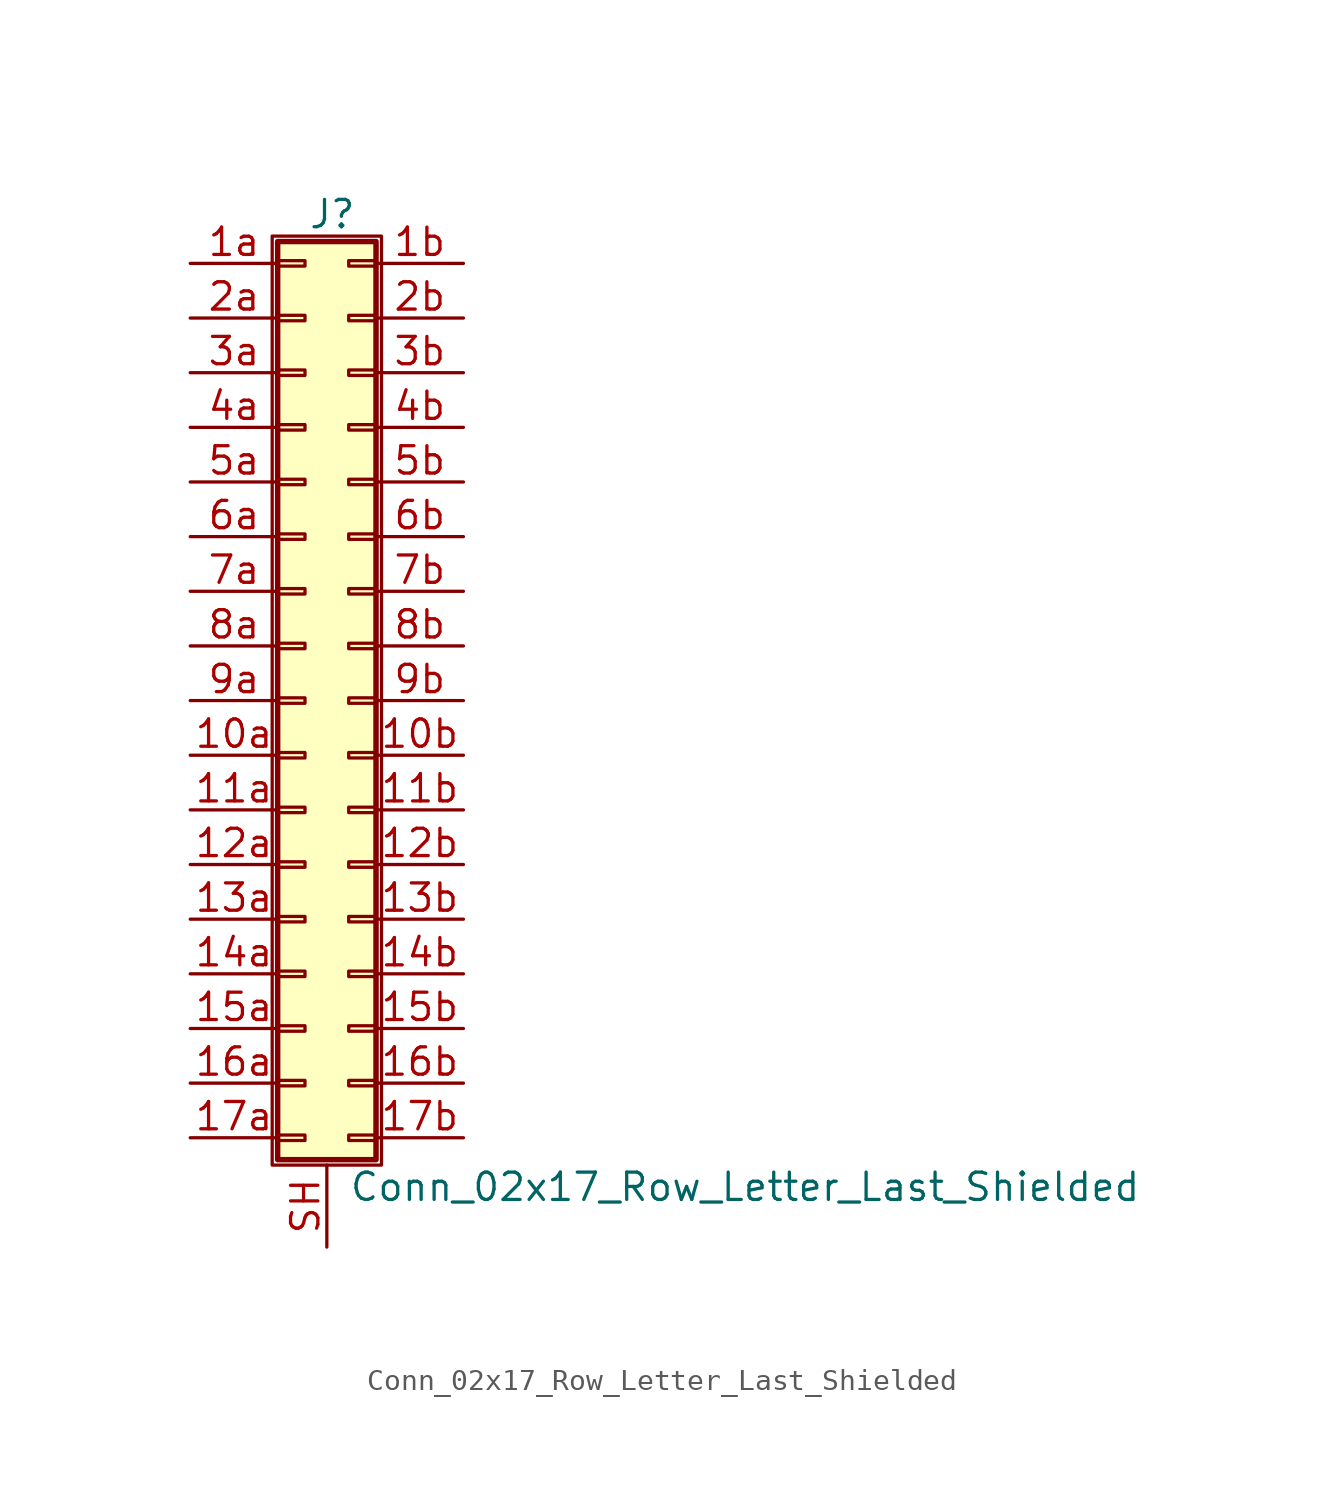
<source format=kicad_sym>
(kicad_symbol_lib
  (version 20201005)
  (generator kicad_symbol_editor)
  (symbol "Connector_Generic_Shielded:Conn_02x17_Row_Letter_Last_Shielded"
    (pin_names
      (offset 1.016) hide)
    (property "Reference" "J"
      (at 1.524 22.606 0)
      (effects (font (size 1.27 1.27))))
    (property "Value" "Conn_02x17_Row_Letter_Last_Shielded"
      (at 2.286 -22.606 0)
      (effects (font (size 1.27 1.27)) (justify left)))
    (symbol "Conn_02x17_Row_Letter_Last_Shielded_1_1"
      (rectangle (start -1.016 -4.953) (end 0.254 -5.207) (stroke (width 0.152)) (fill (type none)))
      (rectangle (start -1.016 -7.493) (end 0.254 -7.747) (stroke (width 0.152)) (fill (type none)))
      (rectangle (start -1.016 -10.033) (end 0.254 -10.287) (stroke (width 0.152)) (fill (type none)))
      (rectangle (start -1.016 -12.573) (end 0.254 -12.827) (stroke (width 0.152)) (fill (type none)))
      (rectangle (start -1.016 -15.113) (end 0.254 -15.367) (stroke (width 0.152)) (fill (type none)))
      (rectangle (start -1.016 -17.653) (end 0.254 -17.907) (stroke (width 0.152)) (fill (type none)))
      (rectangle (start -1.016 -20.193) (end 0.254 -20.447) (stroke (width 0.152)) (fill (type none)))
      (rectangle (start -1.016 -2.413) (end 0.254 -2.667) (stroke (width 0.152)) (fill (type none)))
      (rectangle (start -1.016 2.667) (end 0.254 2.413) (stroke (width 0.152)) (fill (type none)))
      (rectangle (start -1.016 5.207) (end 0.254 4.953) (stroke (width 0.152)) (fill (type none)))
      (rectangle (start -1.016 7.747) (end 0.254 7.493) (stroke (width 0.152)) (fill (type none)))
      (rectangle (start -1.016 10.287) (end 0.254 10.033) (stroke (width 0.152)) (fill (type none)))
      (rectangle (start -1.016 0.127) (end 0.254 -0.127) (stroke (width 0.152)) (fill (type none)))
      (rectangle (start -1.016 12.827) (end 0.254 12.573) (stroke (width 0.152)) (fill (type none)))
      (rectangle (start -1.016 15.367) (end 0.254 15.113) (stroke (width 0.152)) (fill (type none)))
      (rectangle (start -1.016 17.907) (end 0.254 17.653) (stroke (width 0.152)) (fill (type none)))
      (rectangle (start -1.016 20.447) (end 0.254 20.193) (stroke (width 0.152)) (fill (type none)))
      (rectangle (start -1.016 21.336) (end 3.556 -21.336) (stroke (width 0.254)) (fill (type background)))
      (rectangle (start -1.27 21.59) (end 3.81 -21.59) (stroke (width 0.152)) (fill (type none)))
      (rectangle (start 3.556 -4.953) (end 2.286 -5.207) (stroke (width 0.152)) (fill (type none)))
      (rectangle (start 3.556 -7.493) (end 2.286 -7.747) (stroke (width 0.152)) (fill (type none)))
      (rectangle (start 3.556 -10.033) (end 2.286 -10.287) (stroke (width 0.152)) (fill (type none)))
      (rectangle (start 3.556 -12.573) (end 2.286 -12.827) (stroke (width 0.152)) (fill (type none)))
      (rectangle (start 3.556 -15.113) (end 2.286 -15.367) (stroke (width 0.152)) (fill (type none)))
      (rectangle (start 3.556 -17.653) (end 2.286 -17.907) (stroke (width 0.152)) (fill (type none)))
      (rectangle (start 3.556 -20.193) (end 2.286 -20.447) (stroke (width 0.152)) (fill (type none)))
      (rectangle (start 3.556 -2.413) (end 2.286 -2.667) (stroke (width 0.152)) (fill (type none)))
      (rectangle (start 3.556 2.667) (end 2.286 2.413) (stroke (width 0.152)) (fill (type none)))
      (rectangle (start 3.556 5.207) (end 2.286 4.953) (stroke (width 0.152)) (fill (type none)))
      (rectangle (start 3.556 7.747) (end 2.286 7.493) (stroke (width 0.152)) (fill (type none)))
      (rectangle (start 3.556 10.287) (end 2.286 10.033) (stroke (width 0.152)) (fill (type none)))
      (rectangle (start 3.556 0.127) (end 2.286 -0.127) (stroke (width 0.152)) (fill (type none)))
      (rectangle (start 3.556 12.827) (end 2.286 12.573) (stroke (width 0.152)) (fill (type none)))
      (rectangle (start 3.556 15.367) (end 2.286 15.113) (stroke (width 0.152)) (fill (type none)))
      (rectangle (start 3.556 17.907) (end 2.286 17.653) (stroke (width 0.152)) (fill (type none)))
      (rectangle (start 3.556 20.447) (end 2.286 20.193) (stroke (width 0.152)) (fill (type none)))
      (pin passive line (at -5.08 -2.54 0) (length 4.064) (name "Pin_10a" (effects (font (size 1.27 1.27)))) (number "10a" (effects (font (size 1.27 1.27)))))
      (pin passive line (at 7.62 -2.54 180) (length 4.064) (name "Pin_10b" (effects (font (size 1.27 1.27)))) (number "10b" (effects (font (size 1.27 1.27)))))
      (pin passive line (at -5.08 -5.08 0) (length 4.064) (name "Pin_11a" (effects (font (size 1.27 1.27)))) (number "11a" (effects (font (size 1.27 1.27)))))
      (pin passive line (at 7.62 -5.08 180) (length 4.064) (name "Pin_11b" (effects (font (size 1.27 1.27)))) (number "11b" (effects (font (size 1.27 1.27)))))
      (pin passive line (at -5.08 -7.62 0) (length 4.064) (name "Pin_12a" (effects (font (size 1.27 1.27)))) (number "12a" (effects (font (size 1.27 1.27)))))
      (pin passive line (at 7.62 -7.62 180) (length 4.064) (name "Pin_12b" (effects (font (size 1.27 1.27)))) (number "12b" (effects (font (size 1.27 1.27)))))
      (pin passive line (at -5.08 -10.16 0) (length 4.064) (name "Pin_13a" (effects (font (size 1.27 1.27)))) (number "13a" (effects (font (size 1.27 1.27)))))
      (pin passive line (at 7.62 -10.16 180) (length 4.064) (name "Pin_13b" (effects (font (size 1.27 1.27)))) (number "13b" (effects (font (size 1.27 1.27)))))
      (pin passive line (at -5.08 -12.7 0) (length 4.064) (name "Pin_14a" (effects (font (size 1.27 1.27)))) (number "14a" (effects (font (size 1.27 1.27)))))
      (pin passive line (at 7.62 -12.7 180) (length 4.064) (name "Pin_14b" (effects (font (size 1.27 1.27)))) (number "14b" (effects (font (size 1.27 1.27)))))
      (pin passive line (at -5.08 -15.24 0) (length 4.064) (name "Pin_15a" (effects (font (size 1.27 1.27)))) (number "15a" (effects (font (size 1.27 1.27)))))
      (pin passive line (at 7.62 -15.24 180) (length 4.064) (name "Pin_15b" (effects (font (size 1.27 1.27)))) (number "15b" (effects (font (size 1.27 1.27)))))
      (pin passive line (at -5.08 -17.78 0) (length 4.064) (name "Pin_16a" (effects (font (size 1.27 1.27)))) (number "16a" (effects (font (size 1.27 1.27)))))
      (pin passive line (at 7.62 -17.78 180) (length 4.064) (name "Pin_16b" (effects (font (size 1.27 1.27)))) (number "16b" (effects (font (size 1.27 1.27)))))
      (pin passive line (at -5.08 -20.32 0) (length 4.064) (name "Pin_17a" (effects (font (size 1.27 1.27)))) (number "17a" (effects (font (size 1.27 1.27)))))
      (pin passive line (at 7.62 -20.32 180) (length 4.064) (name "Pin_17b" (effects (font (size 1.27 1.27)))) (number "17b" (effects (font (size 1.27 1.27)))))
      (pin passive line (at -5.08 20.32 0) (length 4.064) (name "Pin_1a" (effects (font (size 1.27 1.27)))) (number "1a" (effects (font (size 1.27 1.27)))))
      (pin passive line (at 7.62 20.32 180) (length 4.064) (name "Pin_1b" (effects (font (size 1.27 1.27)))) (number "1b" (effects (font (size 1.27 1.27)))))
      (pin passive line (at -5.08 17.78 0) (length 4.064) (name "Pin_2a" (effects (font (size 1.27 1.27)))) (number "2a" (effects (font (size 1.27 1.27)))))
      (pin passive line (at 7.62 17.78 180) (length 4.064) (name "Pin_2b" (effects (font (size 1.27 1.27)))) (number "2b" (effects (font (size 1.27 1.27)))))
      (pin passive line (at -5.08 15.24 0) (length 4.064) (name "Pin_3a" (effects (font (size 1.27 1.27)))) (number "3a" (effects (font (size 1.27 1.27)))))
      (pin passive line (at 7.62 15.24 180) (length 4.064) (name "Pin_3b" (effects (font (size 1.27 1.27)))) (number "3b" (effects (font (size 1.27 1.27)))))
      (pin passive line (at -5.08 12.7 0) (length 4.064) (name "Pin_4a" (effects (font (size 1.27 1.27)))) (number "4a" (effects (font (size 1.27 1.27)))))
      (pin passive line (at 7.62 12.7 180) (length 4.064) (name "Pin_4b" (effects (font (size 1.27 1.27)))) (number "4b" (effects (font (size 1.27 1.27)))))
      (pin passive line (at -5.08 10.16 0) (length 4.064) (name "Pin_5a" (effects (font (size 1.27 1.27)))) (number "5a" (effects (font (size 1.27 1.27)))))
      (pin passive line (at 7.62 10.16 180) (length 4.064) (name "Pin_5b" (effects (font (size 1.27 1.27)))) (number "5b" (effects (font (size 1.27 1.27)))))
      (pin passive line (at -5.08 7.62 0) (length 4.064) (name "Pin_6a" (effects (font (size 1.27 1.27)))) (number "6a" (effects (font (size 1.27 1.27)))))
      (pin passive line (at 7.62 7.62 180) (length 4.064) (name "Pin_6b" (effects (font (size 1.27 1.27)))) (number "6b" (effects (font (size 1.27 1.27)))))
      (pin passive line (at -5.08 5.08 0) (length 4.064) (name "Pin_7a" (effects (font (size 1.27 1.27)))) (number "7a" (effects (font (size 1.27 1.27)))))
      (pin passive line (at 7.62 5.08 180) (length 4.064) (name "Pin_7b" (effects (font (size 1.27 1.27)))) (number "7b" (effects (font (size 1.27 1.27)))))
      (pin passive line (at -5.08 2.54 0) (length 4.064) (name "Pin_8a" (effects (font (size 1.27 1.27)))) (number "8a" (effects (font (size 1.27 1.27)))))
      (pin passive line (at 7.62 2.54 180) (length 4.064) (name "Pin_8b" (effects (font (size 1.27 1.27)))) (number "8b" (effects (font (size 1.27 1.27)))))
      (pin passive line (at -5.08 0 0) (length 4.064) (name "Pin_9a" (effects (font (size 1.27 1.27)))) (number "9a" (effects (font (size 1.27 1.27)))))
      (pin passive line (at 7.62 0 180) (length 4.064) (name "Pin_9b" (effects (font (size 1.27 1.27)))) (number "9b" (effects (font (size 1.27 1.27)))))
      (pin passive line (at 1.27 -25.4 90) (length 3.81) (name "Shield" (effects (font (size 1.27 1.27)))) (number "SH" (effects (font (size 1.27 1.27))))))))
</source>
